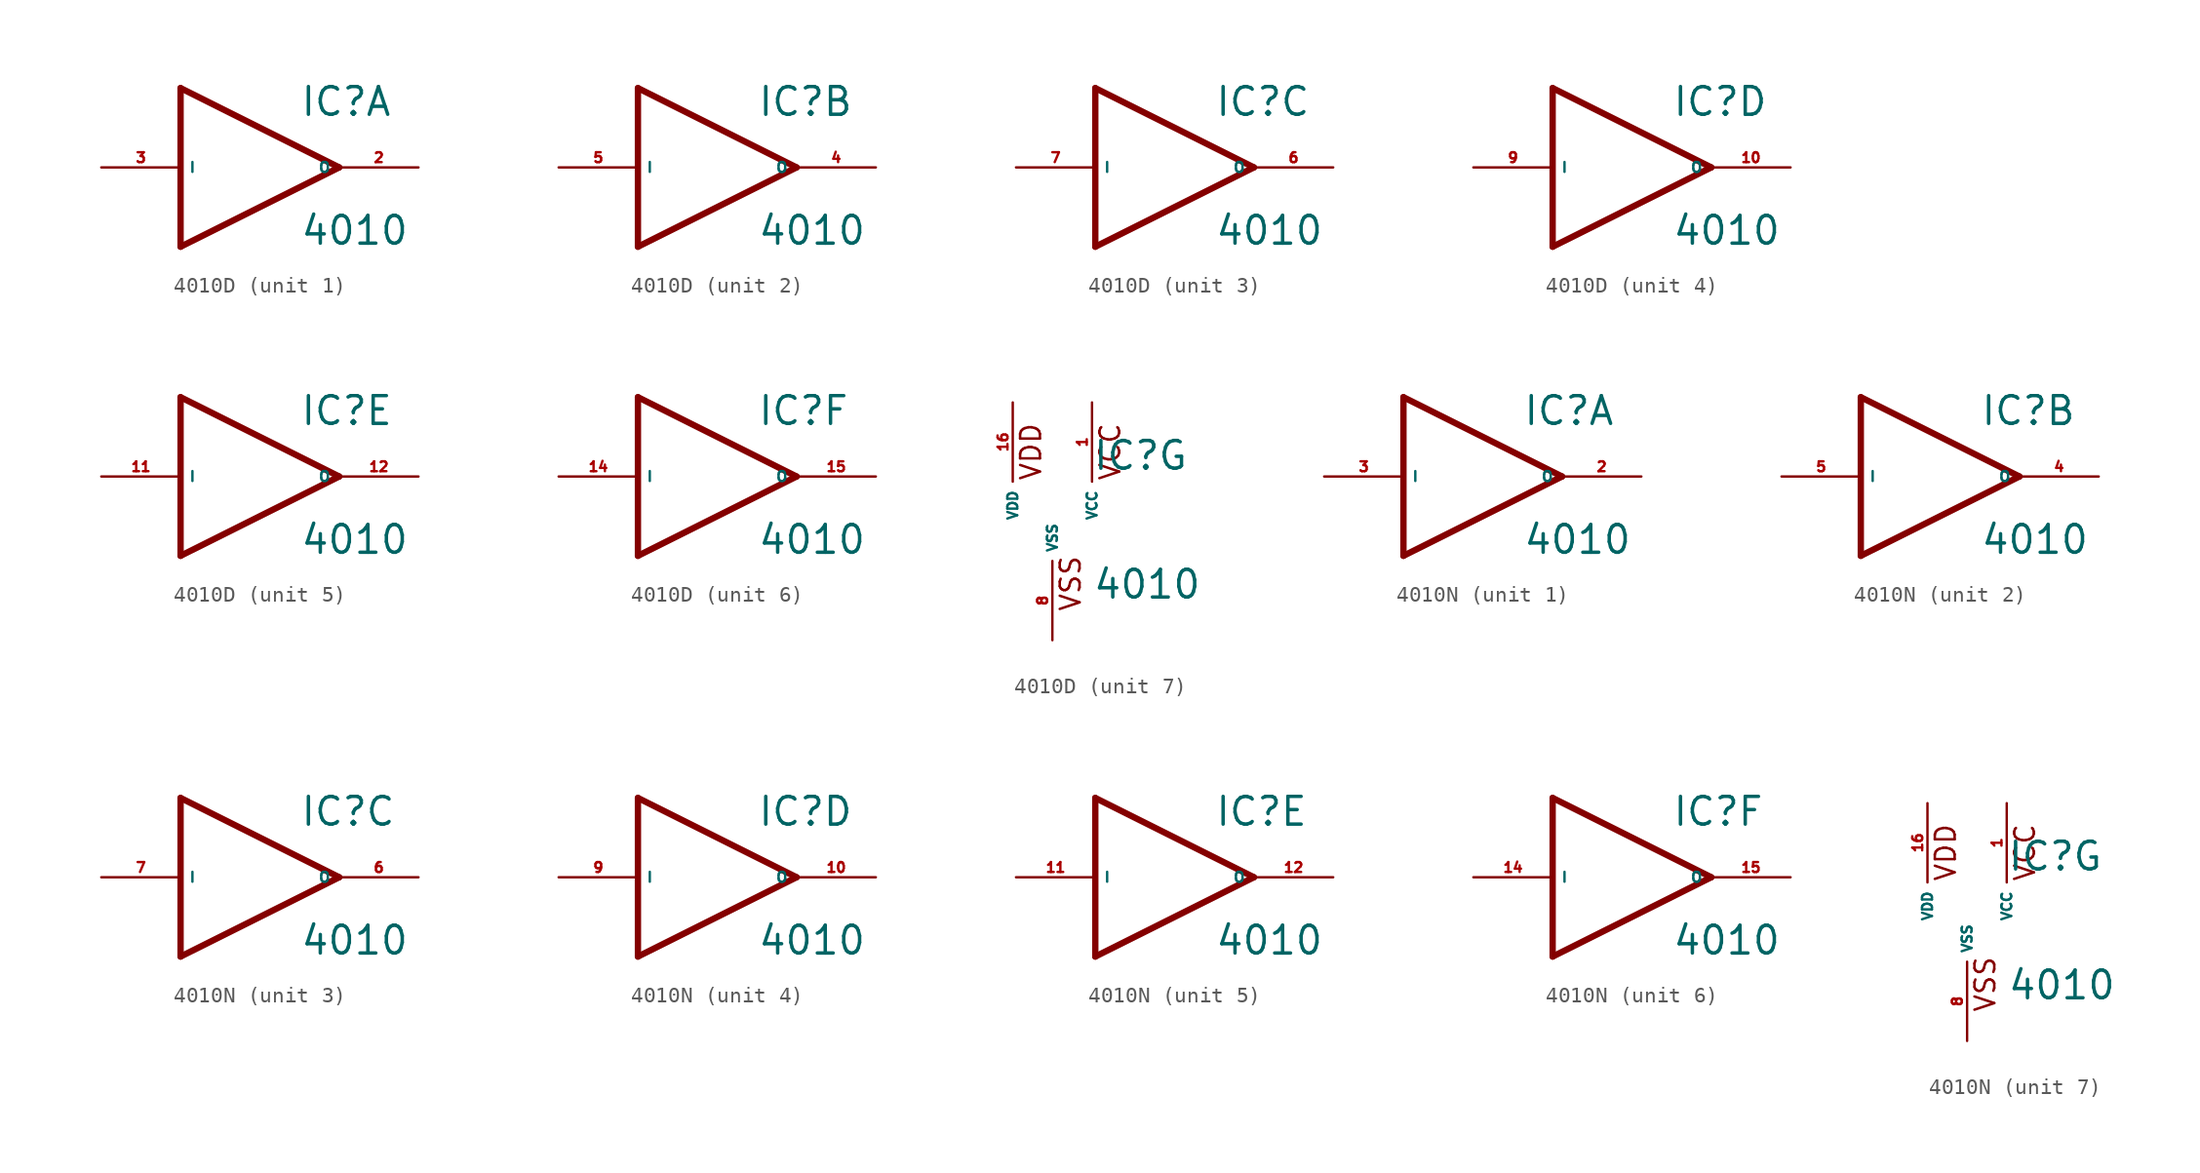
<source format=kicad_sym>
(kicad_symbol_lib
  (version 20220914)
  (generator Eagle2Kicad)
  (symbol "4010D"
    (property "Reference" "IC"
      (at 2.54 3.175 0)
      (effects (font (size 1.778 1.778) (thickness 0.22)) (justify left bottom)))
    (property "Value" "4010"
      (at 2.54 -5.08 0)
      (effects (font (size 1.778 1.778) (thickness 0.22)) (justify left bottom)))
    (symbol "4010D_1_0"
      (polyline (pts (xy -5.08 -5.08) (xy 5.08 0)) (stroke (width 0.406) (type default)) (fill (type none)))
      (polyline (pts (xy 5.08 0) (xy -5.08 5.08)) (stroke (width 0.406) (type default)) (fill (type none)))
      (polyline (pts (xy -5.08 5.08) (xy -5.08 -5.08)) (stroke (width 0.406) (type default)) (fill (type none)))
      (pin output line (at 10.16 0 180) (length 5.08) (name "O" (effects (font (size 0.635 0.635) (thickness 0.08)) (justify left bottom))) (number "2" (effects (font (size 0.635 0.635) (thickness 0.08)) (justify left bottom))))
      (pin input line (at -10.16 0 0) (length 5.08) (name "I" (effects (font (size 0.635 0.635) (thickness 0.08)) (justify left bottom))) (number "3" (effects (font (size 0.635 0.635) (thickness 0.08)) (justify left bottom)))))
    (symbol "4010D_2_0"
      (polyline (pts (xy -5.08 -5.08) (xy 5.08 0)) (stroke (width 0.406) (type default)) (fill (type none)))
      (polyline (pts (xy 5.08 0) (xy -5.08 5.08)) (stroke (width 0.406) (type default)) (fill (type none)))
      (polyline (pts (xy -5.08 5.08) (xy -5.08 -5.08)) (stroke (width 0.406) (type default)) (fill (type none)))
      (pin output line (at 10.16 0 180) (length 5.08) (name "O" (effects (font (size 0.635 0.635) (thickness 0.08)) (justify left bottom))) (number "4" (effects (font (size 0.635 0.635) (thickness 0.08)) (justify left bottom))))
      (pin input line (at -10.16 0 0) (length 5.08) (name "I" (effects (font (size 0.635 0.635) (thickness 0.08)) (justify left bottom))) (number "5" (effects (font (size 0.635 0.635) (thickness 0.08)) (justify left bottom)))))
    (symbol "4010D_3_0"
      (polyline (pts (xy -5.08 -5.08) (xy 5.08 0)) (stroke (width 0.406) (type default)) (fill (type none)))
      (polyline (pts (xy 5.08 0) (xy -5.08 5.08)) (stroke (width 0.406) (type default)) (fill (type none)))
      (polyline (pts (xy -5.08 5.08) (xy -5.08 -5.08)) (stroke (width 0.406) (type default)) (fill (type none)))
      (pin output line (at 10.16 0 180) (length 5.08) (name "O" (effects (font (size 0.635 0.635) (thickness 0.08)) (justify left bottom))) (number "6" (effects (font (size 0.635 0.635) (thickness 0.08)) (justify left bottom))))
      (pin input line (at -10.16 0 0) (length 5.08) (name "I" (effects (font (size 0.635 0.635) (thickness 0.08)) (justify left bottom))) (number "7" (effects (font (size 0.635 0.635) (thickness 0.08)) (justify left bottom)))))
    (symbol "4010D_4_0"
      (polyline (pts (xy -5.08 -5.08) (xy 5.08 0)) (stroke (width 0.406) (type default)) (fill (type none)))
      (polyline (pts (xy 5.08 0) (xy -5.08 5.08)) (stroke (width 0.406) (type default)) (fill (type none)))
      (polyline (pts (xy -5.08 5.08) (xy -5.08 -5.08)) (stroke (width 0.406) (type default)) (fill (type none)))
      (pin output line (at 10.16 0 180) (length 5.08) (name "O" (effects (font (size 0.635 0.635) (thickness 0.08)) (justify left bottom))) (number "10" (effects (font (size 0.635 0.635) (thickness 0.08)) (justify left bottom))))
      (pin input line (at -10.16 0 0) (length 5.08) (name "I" (effects (font (size 0.635 0.635) (thickness 0.08)) (justify left bottom))) (number "9" (effects (font (size 0.635 0.635) (thickness 0.08)) (justify left bottom)))))
    (symbol "4010D_5_0"
      (polyline (pts (xy -5.08 -5.08) (xy 5.08 0)) (stroke (width 0.406) (type default)) (fill (type none)))
      (polyline (pts (xy 5.08 0) (xy -5.08 5.08)) (stroke (width 0.406) (type default)) (fill (type none)))
      (polyline (pts (xy -5.08 5.08) (xy -5.08 -5.08)) (stroke (width 0.406) (type default)) (fill (type none)))
      (pin output line (at 10.16 0 180) (length 5.08) (name "O" (effects (font (size 0.635 0.635) (thickness 0.08)) (justify left bottom))) (number "12" (effects (font (size 0.635 0.635) (thickness 0.08)) (justify left bottom))))
      (pin input line (at -10.16 0 0) (length 5.08) (name "I" (effects (font (size 0.635 0.635) (thickness 0.08)) (justify left bottom))) (number "11" (effects (font (size 0.635 0.635) (thickness 0.08)) (justify left bottom)))))
    (symbol "4010D_6_0"
      (polyline (pts (xy -5.08 -5.08) (xy 5.08 0)) (stroke (width 0.406) (type default)) (fill (type none)))
      (polyline (pts (xy 5.08 0) (xy -5.08 5.08)) (stroke (width 0.406) (type default)) (fill (type none)))
      (polyline (pts (xy -5.08 5.08) (xy -5.08 -5.08)) (stroke (width 0.406) (type default)) (fill (type none)))
      (pin output line (at 10.16 0 180) (length 5.08) (name "O" (effects (font (size 0.635 0.635) (thickness 0.08)) (justify left bottom))) (number "15" (effects (font (size 0.635 0.635) (thickness 0.08)) (justify left bottom))))
      (pin input line (at -10.16 0 0) (length 5.08) (name "I" (effects (font (size 0.635 0.635) (thickness 0.08)) (justify left bottom))) (number "14" (effects (font (size 0.635 0.635) (thickness 0.08)) (justify left bottom)))))
    (symbol "4010D_7_0"
      (text "VDD" (at -0.635 2.54 900) (effects (font (size 1.27 1.27) (thickness 0.16)) (justify left bottom)))
      (text "VSS" (at 1.905 -5.842 900) (effects (font (size 1.27 1.27) (thickness 0.16)) (justify left bottom)))
      (text "VCC" (at 4.445 2.54 900) (effects (font (size 1.27 1.27) (thickness 0.16)) (justify left bottom)))
      (pin unspecified line (at 0 -7.62 90) (length 5.08) (name "VSS" (effects (font (size 0.635 0.635) (thickness 0.08)) (justify left bottom))) (number "8" (effects (font (size 0.635 0.635) (thickness 0.08)) (justify left bottom))))
      (pin unspecified line (at -2.54 7.62 270) (length 5.08) (name "VDD" (effects (font (size 0.635 0.635) (thickness 0.08)) (justify left bottom))) (number "16" (effects (font (size 0.635 0.635) (thickness 0.08)) (justify left bottom))))
      (pin unspecified line (at 2.54 7.62 270) (length 5.08) (name "VCC" (effects (font (size 0.635 0.635) (thickness 0.08)) (justify left bottom))) (number "1" (effects (font (size 0.635 0.635) (thickness 0.08)) (justify left bottom))))))
  (symbol "4010N"
    (property "Reference" "IC"
      (at 2.54 3.175 0)
      (effects (font (size 1.778 1.778) (thickness 0.22)) (justify left bottom)))
    (property "Value" "4010"
      (at 2.54 -5.08 0)
      (effects (font (size 1.778 1.778) (thickness 0.22)) (justify left bottom)))
    (symbol "4010N_1_0"
      (polyline (pts (xy -5.08 -5.08) (xy 5.08 0)) (stroke (width 0.406) (type default)) (fill (type none)))
      (polyline (pts (xy 5.08 0) (xy -5.08 5.08)) (stroke (width 0.406) (type default)) (fill (type none)))
      (polyline (pts (xy -5.08 5.08) (xy -5.08 -5.08)) (stroke (width 0.406) (type default)) (fill (type none)))
      (pin output line (at 10.16 0 180) (length 5.08) (name "O" (effects (font (size 0.635 0.635) (thickness 0.08)) (justify left bottom))) (number "2" (effects (font (size 0.635 0.635) (thickness 0.08)) (justify left bottom))))
      (pin input line (at -10.16 0 0) (length 5.08) (name "I" (effects (font (size 0.635 0.635) (thickness 0.08)) (justify left bottom))) (number "3" (effects (font (size 0.635 0.635) (thickness 0.08)) (justify left bottom)))))
    (symbol "4010N_2_0"
      (polyline (pts (xy -5.08 -5.08) (xy 5.08 0)) (stroke (width 0.406) (type default)) (fill (type none)))
      (polyline (pts (xy 5.08 0) (xy -5.08 5.08)) (stroke (width 0.406) (type default)) (fill (type none)))
      (polyline (pts (xy -5.08 5.08) (xy -5.08 -5.08)) (stroke (width 0.406) (type default)) (fill (type none)))
      (pin output line (at 10.16 0 180) (length 5.08) (name "O" (effects (font (size 0.635 0.635) (thickness 0.08)) (justify left bottom))) (number "4" (effects (font (size 0.635 0.635) (thickness 0.08)) (justify left bottom))))
      (pin input line (at -10.16 0 0) (length 5.08) (name "I" (effects (font (size 0.635 0.635) (thickness 0.08)) (justify left bottom))) (number "5" (effects (font (size 0.635 0.635) (thickness 0.08)) (justify left bottom)))))
    (symbol "4010N_3_0"
      (polyline (pts (xy -5.08 -5.08) (xy 5.08 0)) (stroke (width 0.406) (type default)) (fill (type none)))
      (polyline (pts (xy 5.08 0) (xy -5.08 5.08)) (stroke (width 0.406) (type default)) (fill (type none)))
      (polyline (pts (xy -5.08 5.08) (xy -5.08 -5.08)) (stroke (width 0.406) (type default)) (fill (type none)))
      (pin output line (at 10.16 0 180) (length 5.08) (name "O" (effects (font (size 0.635 0.635) (thickness 0.08)) (justify left bottom))) (number "6" (effects (font (size 0.635 0.635) (thickness 0.08)) (justify left bottom))))
      (pin input line (at -10.16 0 0) (length 5.08) (name "I" (effects (font (size 0.635 0.635) (thickness 0.08)) (justify left bottom))) (number "7" (effects (font (size 0.635 0.635) (thickness 0.08)) (justify left bottom)))))
    (symbol "4010N_4_0"
      (polyline (pts (xy -5.08 -5.08) (xy 5.08 0)) (stroke (width 0.406) (type default)) (fill (type none)))
      (polyline (pts (xy 5.08 0) (xy -5.08 5.08)) (stroke (width 0.406) (type default)) (fill (type none)))
      (polyline (pts (xy -5.08 5.08) (xy -5.08 -5.08)) (stroke (width 0.406) (type default)) (fill (type none)))
      (pin output line (at 10.16 0 180) (length 5.08) (name "O" (effects (font (size 0.635 0.635) (thickness 0.08)) (justify left bottom))) (number "10" (effects (font (size 0.635 0.635) (thickness 0.08)) (justify left bottom))))
      (pin input line (at -10.16 0 0) (length 5.08) (name "I" (effects (font (size 0.635 0.635) (thickness 0.08)) (justify left bottom))) (number "9" (effects (font (size 0.635 0.635) (thickness 0.08)) (justify left bottom)))))
    (symbol "4010N_5_0"
      (polyline (pts (xy -5.08 -5.08) (xy 5.08 0)) (stroke (width 0.406) (type default)) (fill (type none)))
      (polyline (pts (xy 5.08 0) (xy -5.08 5.08)) (stroke (width 0.406) (type default)) (fill (type none)))
      (polyline (pts (xy -5.08 5.08) (xy -5.08 -5.08)) (stroke (width 0.406) (type default)) (fill (type none)))
      (pin output line (at 10.16 0 180) (length 5.08) (name "O" (effects (font (size 0.635 0.635) (thickness 0.08)) (justify left bottom))) (number "12" (effects (font (size 0.635 0.635) (thickness 0.08)) (justify left bottom))))
      (pin input line (at -10.16 0 0) (length 5.08) (name "I" (effects (font (size 0.635 0.635) (thickness 0.08)) (justify left bottom))) (number "11" (effects (font (size 0.635 0.635) (thickness 0.08)) (justify left bottom)))))
    (symbol "4010N_6_0"
      (polyline (pts (xy -5.08 -5.08) (xy 5.08 0)) (stroke (width 0.406) (type default)) (fill (type none)))
      (polyline (pts (xy 5.08 0) (xy -5.08 5.08)) (stroke (width 0.406) (type default)) (fill (type none)))
      (polyline (pts (xy -5.08 5.08) (xy -5.08 -5.08)) (stroke (width 0.406) (type default)) (fill (type none)))
      (pin output line (at 10.16 0 180) (length 5.08) (name "O" (effects (font (size 0.635 0.635) (thickness 0.08)) (justify left bottom))) (number "15" (effects (font (size 0.635 0.635) (thickness 0.08)) (justify left bottom))))
      (pin input line (at -10.16 0 0) (length 5.08) (name "I" (effects (font (size 0.635 0.635) (thickness 0.08)) (justify left bottom))) (number "14" (effects (font (size 0.635 0.635) (thickness 0.08)) (justify left bottom)))))
    (symbol "4010N_7_0"
      (text "VDD" (at -0.635 2.54 900) (effects (font (size 1.27 1.27) (thickness 0.16)) (justify left bottom)))
      (text "VSS" (at 1.905 -5.842 900) (effects (font (size 1.27 1.27) (thickness 0.16)) (justify left bottom)))
      (text "VCC" (at 4.445 2.54 900) (effects (font (size 1.27 1.27) (thickness 0.16)) (justify left bottom)))
      (pin unspecified line (at 0 -7.62 90) (length 5.08) (name "VSS" (effects (font (size 0.635 0.635) (thickness 0.08)) (justify left bottom))) (number "8" (effects (font (size 0.635 0.635) (thickness 0.08)) (justify left bottom))))
      (pin unspecified line (at -2.54 7.62 270) (length 5.08) (name "VDD" (effects (font (size 0.635 0.635) (thickness 0.08)) (justify left bottom))) (number "16" (effects (font (size 0.635 0.635) (thickness 0.08)) (justify left bottom))))
      (pin unspecified line (at 2.54 7.62 270) (length 5.08) (name "VCC" (effects (font (size 0.635 0.635) (thickness 0.08)) (justify left bottom))) (number "1" (effects (font (size 0.635 0.635) (thickness 0.08)) (justify left bottom)))))))
</source>
